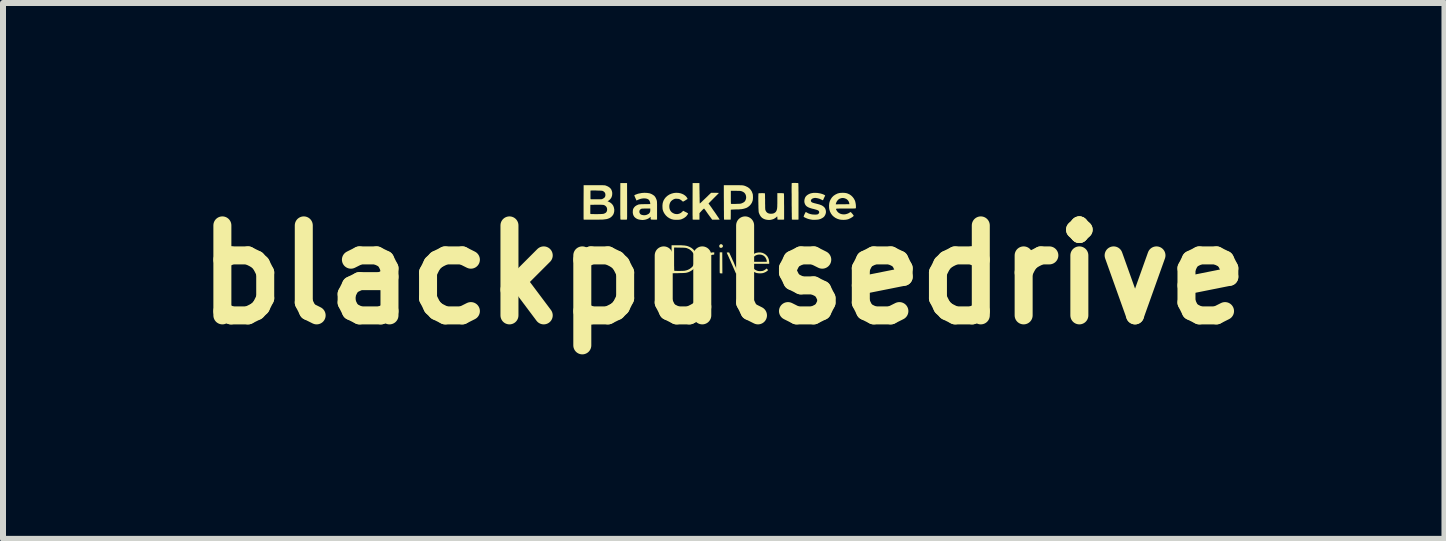
<source format=kicad_pcb>
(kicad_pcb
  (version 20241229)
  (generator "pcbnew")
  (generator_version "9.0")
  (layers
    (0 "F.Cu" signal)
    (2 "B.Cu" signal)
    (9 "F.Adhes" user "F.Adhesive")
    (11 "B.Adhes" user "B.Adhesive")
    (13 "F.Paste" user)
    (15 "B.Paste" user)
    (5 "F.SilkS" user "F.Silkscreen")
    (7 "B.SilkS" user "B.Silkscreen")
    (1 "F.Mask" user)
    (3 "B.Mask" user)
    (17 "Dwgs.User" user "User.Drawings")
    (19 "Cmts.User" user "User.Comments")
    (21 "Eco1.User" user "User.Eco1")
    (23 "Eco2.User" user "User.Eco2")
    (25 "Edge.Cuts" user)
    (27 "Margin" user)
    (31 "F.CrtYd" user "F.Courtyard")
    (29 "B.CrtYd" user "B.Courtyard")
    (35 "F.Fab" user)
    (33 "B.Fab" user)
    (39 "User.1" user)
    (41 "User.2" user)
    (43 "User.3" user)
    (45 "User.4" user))
  (footprint "blackpulsedrive"
    (layer "F.Cu")
    (at 9.014 1.529)
    (property "Reference" "blackpulsedrive" (at 0 0 0) (layer "F.SilkS") (effects (font (size 1.5 1.5) (thickness 0.3))))
    (attr board_only exclude_from_pos_files exclude_from_bom)
    (fp_poly (pts (xy -0.029 -0.504) (xy -0.019 -0.495) (xy -0.014 -0.485) (xy -0.013 -0.474) (xy -0.017 -0.463) (xy -0.024 -0.455) (xy -0.034 -0.449) (xy -0.047 -0.447) (xy -0.056 -0.449) (xy -0.066 -0.454) (xy -0.072 -0.462) (xy -0.074 -0.475) (xy -0.074 -0.477) (xy -0.073 -0.488) (xy -0.068 -0.496) (xy -0.064 -0.5) (xy -0.053 -0.508) (xy -0.042 -0.509)) (stroke (width 0) (type solid)) (fill yes) (layer "F.SilkS"))
    (fp_poly (pts (xy -0.023 -0.198) (xy -0.022 -0.022) (xy -0.043 -0.022) (xy -0.057 -0.023) (xy -0.064 -0.025) (xy -0.066 -0.026) (xy -0.066 -0.03) (xy -0.066 -0.04) (xy -0.067 -0.055) (xy -0.067 -0.074) (xy -0.067 -0.098) (xy -0.067 -0.125) (xy -0.067 -0.154) (xy -0.067 -0.186) (xy -0.067 -0.202) (xy -0.066 -0.373) (xy -0.045 -0.373) (xy -0.024 -0.373)) (stroke (width 0) (type solid)) (fill yes) (layer "F.SilkS"))
    (fp_poly (pts (xy -1.61 -1.226) (xy -1.61 -1.171) (xy -1.61 -1.123) (xy -1.61 -1.08) (xy -1.61 -1.043) (xy -1.61 -1.011) (xy -1.61 -0.984) (xy -1.61 -0.963) (xy -1.611 -0.946) (xy -1.611 -0.934) (xy -1.612 -0.926) (xy -1.612 -0.922) (xy -1.613 -0.921) (xy -1.616 -0.919) (xy -1.622 -0.918) (xy -1.632 -0.917) (xy -1.648 -0.917) (xy -1.667 -0.917) (xy -1.687 -0.917) (xy -1.702 -0.917) (xy -1.712 -0.918) (xy -1.718 -0.919) (xy -1.721 -0.921) (xy -1.722 -0.924) (xy -1.722 -0.931) (xy -1.723 -0.941) (xy -1.723 -0.957) (xy -1.723 -0.977) (xy -1.724 -1.001) (xy -1.724 -1.031) (xy -1.724 -1.067) (xy -1.724 -1.108) (xy -1.724 -1.154) (xy -1.724 -1.207) (xy -1.724 -1.226) (xy -1.723 -1.527) (xy -1.667 -1.527) (xy -1.611 -1.527)) (stroke (width 0) (type solid)) (fill yes) (layer "F.SilkS"))
    (fp_poly (pts (xy -0.158 -0.353) (xy -0.159 -0.335) (xy -0.181 -0.333) (xy -0.204 -0.328) (xy -0.224 -0.32) (xy -0.242 -0.308) (xy -0.252 -0.298) (xy -0.269 -0.276) (xy -0.281 -0.253) (xy -0.288 -0.226) (xy -0.288 -0.223) (xy -0.289 -0.213) (xy -0.29 -0.199) (xy -0.291 -0.18) (xy -0.291 -0.158) (xy -0.292 -0.135) (xy -0.292 -0.111) (xy -0.292 -0.022) (xy -0.311 -0.022) (xy -0.324 -0.023) (xy -0.331 -0.025) (xy -0.332 -0.026) (xy -0.332 -0.03) (xy -0.332 -0.04) (xy -0.333 -0.055) (xy -0.333 -0.074) (xy -0.333 -0.098) (xy -0.333 -0.125) (xy -0.333 -0.154) (xy -0.333 -0.186) (xy -0.333 -0.2) (xy -0.332 -0.37) (xy -0.314 -0.371) (xy -0.304 -0.371) (xy -0.296 -0.37) (xy -0.294 -0.369) (xy -0.292 -0.364) (xy -0.292 -0.355) (xy -0.291 -0.344) (xy -0.291 -0.343) (xy -0.291 -0.325) (xy -0.29 -0.314) (xy -0.287 -0.308) (xy -0.286 -0.308) (xy -0.282 -0.31) (xy -0.277 -0.316) (xy -0.274 -0.32) (xy -0.265 -0.331) (xy -0.251 -0.343) (xy -0.234 -0.354) (xy -0.217 -0.363) (xy -0.214 -0.365) (xy -0.198 -0.37) (xy -0.179 -0.372) (xy -0.178 -0.372) (xy -0.157 -0.372)) (stroke (width 0) (type solid)) (fill yes) (layer "F.SilkS"))
    (fp_poly (pts (xy 1.187 -1.529) (xy 1.205 -1.529) (xy 1.221 -1.528) (xy 1.233 -1.528) (xy 1.241 -1.527) (xy 1.243 -1.526) (xy 1.243 -1.525) (xy 1.244 -1.519) (xy 1.245 -1.511) (xy 1.245 -1.499) (xy 1.245 -1.483) (xy 1.246 -1.462) (xy 1.246 -1.437) (xy 1.246 -1.407) (xy 1.247 -1.371) (xy 1.247 -1.331) (xy 1.247 -1.284) (xy 1.247 -1.231) (xy 1.247 -1.226) (xy 1.247 -1.183) (xy 1.247 -1.141) (xy 1.247 -1.102) (xy 1.247 -1.065) (xy 1.247 -1.032) (xy 1.247 -1.002) (xy 1.247 -0.976) (xy 1.247 -0.955) (xy 1.247 -0.939) (xy 1.247 -0.928) (xy 1.247 -0.923) (xy 1.247 -0.922) (xy 1.247 -0.92) (xy 1.244 -0.919) (xy 1.24 -0.918) (xy 1.232 -0.917) (xy 1.22 -0.917) (xy 1.203 -0.917) (xy 1.193 -0.917) (xy 1.175 -0.917) (xy 1.159 -0.917) (xy 1.147 -0.918) (xy 1.139 -0.919) (xy 1.137 -0.92) (xy 1.136 -0.923) (xy 1.136 -0.933) (xy 1.136 -0.948) (xy 1.135 -0.967) (xy 1.135 -0.991) (xy 1.135 -1.019) (xy 1.134 -1.049) (xy 1.134 -1.082) (xy 1.134 -1.118) (xy 1.133 -1.155) (xy 1.133 -1.192) (xy 1.133 -1.231) (xy 1.133 -1.269) (xy 1.133 -1.306) (xy 1.133 -1.342) (xy 1.132 -1.377) (xy 1.132 -1.409) (xy 1.132 -1.438) (xy 1.132 -1.464) (xy 1.133 -1.486) (xy 1.133 -1.503) (xy 1.133 -1.516) (xy 1.133 -1.522) (xy 1.133 -1.524) (xy 1.135 -1.526) (xy 1.138 -1.527) (xy 1.143 -1.528) (xy 1.153 -1.529) (xy 1.166 -1.529) (xy 1.185 -1.529)) (stroke (width 0) (type solid)) (fill yes) (layer "F.SilkS"))
    (fp_poly (pts (xy 0.394 -0.364) (xy 0.391 -0.356) (xy 0.387 -0.346) (xy 0.383 -0.338) (xy 0.377 -0.325) (xy 0.37 -0.31) (xy 0.367 -0.302) (xy 0.362 -0.292) (xy 0.355 -0.278) (xy 0.348 -0.261) (xy 0.341 -0.247) (xy 0.328 -0.219) (xy 0.313 -0.188) (xy 0.298 -0.154) (xy 0.283 -0.12) (xy 0.269 -0.087) (xy 0.261 -0.069) (xy 0.258 -0.061) (xy 0.253 -0.049) (xy 0.249 -0.041) (xy 0.24 -0.022) (xy 0.222 -0.022) (xy 0.203 -0.022) (xy 0.176 -0.084) (xy 0.167 -0.105) (xy 0.158 -0.125) (xy 0.15 -0.144) (xy 0.143 -0.16) (xy 0.138 -0.172) (xy 0.137 -0.172) (xy 0.132 -0.184) (xy 0.128 -0.193) (xy 0.125 -0.199) (xy 0.125 -0.2) (xy 0.125 -0.202) (xy 0.123 -0.205) (xy 0.12 -0.212) (xy 0.116 -0.222) (xy 0.109 -0.236) (xy 0.101 -0.256) (xy 0.101 -0.256) (xy 0.095 -0.267) (xy 0.089 -0.282) (xy 0.082 -0.298) (xy 0.08 -0.301) (xy 0.074 -0.316) (xy 0.067 -0.331) (xy 0.061 -0.343) (xy 0.06 -0.346) (xy 0.054 -0.358) (xy 0.052 -0.366) (xy 0.053 -0.37) (xy 0.059 -0.371) (xy 0.07 -0.371) (xy 0.071 -0.371) (xy 0.091 -0.37) (xy 0.106 -0.337) (xy 0.114 -0.32) (xy 0.122 -0.302) (xy 0.129 -0.287) (xy 0.133 -0.279) (xy 0.141 -0.26) (xy 0.149 -0.242) (xy 0.158 -0.224) (xy 0.167 -0.204) (xy 0.177 -0.18) (xy 0.188 -0.153) (xy 0.196 -0.136) (xy 0.203 -0.119) (xy 0.21 -0.103) (xy 0.215 -0.091) (xy 0.219 -0.083) (xy 0.221 -0.079) (xy 0.222 -0.079) (xy 0.224 -0.08) (xy 0.226 -0.084) (xy 0.23 -0.091) (xy 0.235 -0.1) (xy 0.241 -0.114) (xy 0.249 -0.132) (xy 0.259 -0.155) (xy 0.272 -0.183) (xy 0.273 -0.186) (xy 0.278 -0.197) (xy 0.283 -0.207) (xy 0.284 -0.21) (xy 0.286 -0.216) (xy 0.291 -0.226) (xy 0.297 -0.241) (xy 0.305 -0.258) (xy 0.313 -0.278) (xy 0.319 -0.29) (xy 0.328 -0.31) (xy 0.335 -0.328) (xy 0.342 -0.344) (xy 0.348 -0.356) (xy 0.351 -0.363) (xy 0.352 -0.365) (xy 0.357 -0.369) (xy 0.366 -0.37) (xy 0.376 -0.371) (xy 0.397 -0.372)) (stroke (width 0) (type solid)) (fill yes) (layer "F.SilkS"))
    (fp_poly (pts (xy -0.759 -1.364) (xy -0.725 -1.358) (xy -0.694 -1.348) (xy -0.665 -1.334) (xy -0.64 -1.316) (xy -0.619 -1.294) (xy -0.612 -1.283) (xy -0.606 -1.273) (xy -0.603 -1.265) (xy -0.603 -1.261) (xy -0.605 -1.26) (xy -0.609 -1.258) (xy -0.617 -1.254) (xy -0.627 -1.247) (xy -0.638 -1.24) (xy -0.651 -1.232) (xy -0.662 -1.226) (xy -0.671 -1.221) (xy -0.675 -1.219) (xy -0.681 -1.22) (xy -0.688 -1.224) (xy -0.696 -1.232) (xy -0.707 -1.241) (xy -0.721 -1.25) (xy -0.729 -1.255) (xy -0.74 -1.26) (xy -0.749 -1.263) (xy -0.759 -1.264) (xy -0.773 -1.265) (xy -0.781 -1.266) (xy -0.796 -1.266) (xy -0.807 -1.266) (xy -0.816 -1.264) (xy -0.824 -1.261) (xy -0.83 -1.259) (xy -0.856 -1.244) (xy -0.877 -1.226) (xy -0.892 -1.204) (xy -0.902 -1.178) (xy -0.907 -1.15) (xy -0.907 -1.14) (xy -0.905 -1.11) (xy -0.897 -1.083) (xy -0.885 -1.061) (xy -0.868 -1.042) (xy -0.846 -1.027) (xy -0.818 -1.015) (xy -0.815 -1.014) (xy -0.789 -1.01) (xy -0.763 -1.011) (xy -0.738 -1.018) (xy -0.714 -1.03) (xy -0.693 -1.047) (xy -0.693 -1.048) (xy -0.675 -1.065) (xy -0.636 -1.045) (xy -0.621 -1.038) (xy -0.609 -1.031) (xy -0.599 -1.025) (xy -0.595 -1.021) (xy -0.594 -1.021) (xy -0.595 -1.016) (xy -0.599 -1.007) (xy -0.607 -0.996) (xy -0.615 -0.985) (xy -0.625 -0.973) (xy -0.635 -0.964) (xy -0.635 -0.964) (xy -0.662 -0.944) (xy -0.695 -0.928) (xy -0.708 -0.923) (xy -0.719 -0.92) (xy -0.73 -0.918) (xy -0.744 -0.916) (xy -0.761 -0.915) (xy -0.774 -0.915) (xy -0.792 -0.915) (xy -0.809 -0.915) (xy -0.824 -0.916) (xy -0.834 -0.917) (xy -0.836 -0.917) (xy -0.872 -0.926) (xy -0.905 -0.941) (xy -0.936 -0.961) (xy -0.963 -0.986) (xy -0.985 -1.014) (xy -1.003 -1.045) (xy -1.016 -1.08) (xy -1.016 -1.083) (xy -1.019 -1.097) (xy -1.02 -1.115) (xy -1.021 -1.135) (xy -1.021 -1.156) (xy -1.019 -1.175) (xy -1.017 -1.191) (xy -1.016 -1.196) (xy -1.005 -1.231) (xy -0.987 -1.263) (xy -0.965 -1.291) (xy -0.938 -1.315) (xy -0.906 -1.336) (xy -0.87 -1.351) (xy -0.864 -1.353) (xy -0.829 -1.362) (xy -0.794 -1.365)) (stroke (width 0) (type solid)) (fill yes) (layer "F.SilkS"))
    (fp_poly (pts (xy -0.773 -0.49) (xy -0.737 -0.49) (xy -0.706 -0.49) (xy -0.68 -0.488) (xy -0.657 -0.487) (xy -0.638 -0.484) (xy -0.62 -0.481) (xy -0.604 -0.477) (xy -0.589 -0.471) (xy -0.577 -0.467) (xy -0.544 -0.45) (xy -0.515 -0.428) (xy -0.49 -0.402) (xy -0.469 -0.373) (xy -0.453 -0.34) (xy -0.443 -0.305) (xy -0.438 -0.269) (xy -0.439 -0.231) (xy -0.439 -0.228) (xy -0.447 -0.19) (xy -0.46 -0.155) (xy -0.478 -0.124) (xy -0.501 -0.097) (xy -0.53 -0.073) (xy -0.563 -0.053) (xy -0.582 -0.045) (xy -0.586 -0.043) (xy -0.592 -0.041) (xy -0.602 -0.038) (xy -0.615 -0.035) (xy -0.625 -0.032) (xy -0.631 -0.031) (xy -0.642 -0.03) (xy -0.657 -0.029) (xy -0.676 -0.028) (xy -0.697 -0.027) (xy -0.721 -0.027) (xy -0.745 -0.026) (xy -0.769 -0.025) (xy -0.793 -0.025) (xy -0.814 -0.025) (xy -0.833 -0.024) (xy -0.849 -0.024) (xy -0.86 -0.025) (xy -0.867 -0.025) (xy -0.867 -0.025) (xy -0.868 -0.029) (xy -0.868 -0.038) (xy -0.868 -0.053) (xy -0.868 -0.072) (xy -0.868 -0.096) (xy -0.868 -0.124) (xy -0.869 -0.155) (xy -0.869 -0.189) (xy -0.869 -0.225) (xy -0.869 -0.259) (xy -0.869 -0.261) (xy -0.827 -0.261) (xy -0.827 -0.22) (xy -0.827 -0.184) (xy -0.827 -0.152) (xy -0.826 -0.124) (xy -0.826 -0.101) (xy -0.825 -0.084) (xy -0.825 -0.072) (xy -0.824 -0.066) (xy -0.824 -0.066) (xy -0.82 -0.065) (xy -0.811 -0.064) (xy -0.797 -0.064) (xy -0.78 -0.063) (xy -0.761 -0.063) (xy -0.74 -0.063) (xy -0.719 -0.063) (xy -0.699 -0.064) (xy -0.681 -0.064) (xy -0.666 -0.065) (xy -0.658 -0.065) (xy -0.627 -0.071) (xy -0.597 -0.081) (xy -0.569 -0.095) (xy -0.544 -0.113) (xy -0.522 -0.133) (xy -0.506 -0.156) (xy -0.504 -0.159) (xy -0.491 -0.19) (xy -0.483 -0.222) (xy -0.481 -0.256) (xy -0.483 -0.289) (xy -0.491 -0.321) (xy -0.503 -0.349) (xy -0.522 -0.379) (xy -0.545 -0.403) (xy -0.571 -0.423) (xy -0.588 -0.431) (xy -0.599 -0.436) (xy -0.609 -0.44) (xy -0.619 -0.444) (xy -0.629 -0.446) (xy -0.642 -0.448) (xy -0.656 -0.449) (xy -0.674 -0.45) (xy -0.696 -0.45) (xy -0.724 -0.451) (xy -0.733 -0.451) (xy -0.827 -0.453) (xy -0.827 -0.261) (xy -0.869 -0.261) (xy -0.869 -0.49)) (stroke (width 0) (type solid)) (fill yes) (layer "F.SilkS"))
    (fp_poly (pts (xy -0.404 -1.42) (xy -0.403 -1.391) (xy -0.403 -1.36) (xy -0.402 -1.329) (xy -0.402 -1.301) (xy -0.401 -1.275) (xy -0.401 -1.254) (xy -0.401 -1.249) (xy -0.401 -1.227) (xy -0.4 -1.209) (xy -0.4 -1.196) (xy -0.399 -1.189) (xy -0.398 -1.187) (xy -0.395 -1.189) (xy -0.388 -1.195) (xy -0.377 -1.205) (xy -0.364 -1.217) (xy -0.349 -1.232) (xy -0.332 -1.248) (xy -0.33 -1.25) (xy -0.311 -1.268) (xy -0.292 -1.286) (xy -0.274 -1.303) (xy -0.259 -1.318) (xy -0.246 -1.331) (xy -0.237 -1.339) (xy -0.21 -1.365) (xy -0.145 -1.365) (xy -0.125 -1.365) (xy -0.108 -1.364) (xy -0.094 -1.364) (xy -0.085 -1.363) (xy -0.08 -1.363) (xy -0.08 -1.363) (xy -0.082 -1.36) (xy -0.089 -1.353) (xy -0.098 -1.343) (xy -0.111 -1.33) (xy -0.127 -1.314) (xy -0.144 -1.297) (xy -0.163 -1.278) (xy -0.167 -1.274) (xy -0.253 -1.187) (xy -0.243 -1.173) (xy -0.235 -1.163) (xy -0.226 -1.15) (xy -0.214 -1.133) (xy -0.2 -1.114) (xy -0.186 -1.093) (xy -0.17 -1.07) (xy -0.154 -1.048) (xy -0.138 -1.025) (xy -0.123 -1.003) (xy -0.109 -0.982) (xy -0.096 -0.963) (xy -0.085 -0.947) (xy -0.077 -0.934) (xy -0.071 -0.925) (xy -0.068 -0.921) (xy -0.068 -0.921) (xy -0.069 -0.919) (xy -0.073 -0.918) (xy -0.081 -0.918) (xy -0.094 -0.917) (xy -0.112 -0.917) (xy -0.129 -0.917) (xy -0.192 -0.917) (xy -0.218 -0.953) (xy -0.229 -0.967) (xy -0.238 -0.98) (xy -0.247 -0.992) (xy -0.252 -0.999) (xy -0.253 -1) (xy -0.258 -1.007) (xy -0.265 -1.017) (xy -0.275 -1.031) (xy -0.285 -1.046) (xy -0.293 -1.057) (xy -0.303 -1.072) (xy -0.313 -1.085) (xy -0.321 -1.095) (xy -0.326 -1.101) (xy -0.328 -1.103) (xy -0.332 -1.1) (xy -0.338 -1.094) (xy -0.348 -1.086) (xy -0.359 -1.075) (xy -0.37 -1.063) (xy -0.381 -1.051) (xy -0.391 -1.04) (xy -0.395 -1.036) (xy -0.404 -1.025) (xy -0.404 -0.971) (xy -0.404 -0.917) (xy -0.46 -0.917) (xy -0.482 -0.917) (xy -0.498 -0.917) (xy -0.509 -0.918) (xy -0.515 -0.919) (xy -0.518 -0.921) (xy -0.518 -0.921) (xy -0.518 -0.924) (xy -0.518 -0.934) (xy -0.518 -0.949) (xy -0.518 -0.97) (xy -0.519 -0.994) (xy -0.519 -1.023) (xy -0.519 -1.056) (xy -0.519 -1.092) (xy -0.519 -1.131) (xy -0.519 -1.172) (xy -0.519 -1.215) (xy -0.519 -1.226) (xy -0.518 -1.527) (xy -0.462 -1.527) (xy -0.405 -1.527)) (stroke (width 0) (type solid)) (fill yes) (layer "F.SilkS"))
    (fp_poly (pts (xy 0.969 -1.359) (xy 0.986 -1.358) (xy 0.996 -1.357) (xy 1.002 -1.356) (xy 1.003 -1.355) (xy 1.003 -1.353) (xy 1.004 -1.347) (xy 1.005 -1.338) (xy 1.005 -1.325) (xy 1.006 -1.307) (xy 1.006 -1.285) (xy 1.006 -1.258) (xy 1.006 -1.226) (xy 1.006 -1.188) (xy 1.007 -1.143) (xy 1.007 -1.136) (xy 1.007 -0.92) (xy 0.999 -0.918) (xy 0.994 -0.918) (xy 0.983 -0.917) (xy 0.968 -0.917) (xy 0.952 -0.917) (xy 0.944 -0.917) (xy 0.896 -0.918) (xy 0.895 -0.945) (xy 0.894 -0.957) (xy 0.893 -0.966) (xy 0.892 -0.971) (xy 0.892 -0.971) (xy 0.888 -0.969) (xy 0.882 -0.964) (xy 0.877 -0.958) (xy 0.856 -0.942) (xy 0.831 -0.928) (xy 0.804 -0.919) (xy 0.774 -0.913) (xy 0.743 -0.913) (xy 0.721 -0.915) (xy 0.689 -0.922) (xy 0.661 -0.934) (xy 0.638 -0.949) (xy 0.618 -0.97) (xy 0.602 -0.995) (xy 0.589 -1.025) (xy 0.584 -1.04) (xy 0.583 -1.047) (xy 0.582 -1.06) (xy 0.581 -1.076) (xy 0.58 -1.097) (xy 0.579 -1.12) (xy 0.579 -1.146) (xy 0.578 -1.173) (xy 0.578 -1.2) (xy 0.577 -1.228) (xy 0.577 -1.255) (xy 0.577 -1.28) (xy 0.577 -1.303) (xy 0.578 -1.323) (xy 0.578 -1.339) (xy 0.579 -1.35) (xy 0.58 -1.356) (xy 0.581 -1.356) (xy 0.585 -1.357) (xy 0.595 -1.358) (xy 0.609 -1.358) (xy 0.625 -1.359) (xy 0.635 -1.359) (xy 0.654 -1.359) (xy 0.668 -1.358) (xy 0.677 -1.358) (xy 0.683 -1.357) (xy 0.686 -1.356) (xy 0.687 -1.353) (xy 0.688 -1.352) (xy 0.688 -1.347) (xy 0.688 -1.337) (xy 0.689 -1.321) (xy 0.689 -1.302) (xy 0.689 -1.279) (xy 0.69 -1.253) (xy 0.69 -1.225) (xy 0.69 -1.216) (xy 0.69 -1.184) (xy 0.691 -1.158) (xy 0.691 -1.137) (xy 0.691 -1.12) (xy 0.692 -1.107) (xy 0.692 -1.096) (xy 0.693 -1.089) (xy 0.694 -1.083) (xy 0.695 -1.078) (xy 0.697 -1.073) (xy 0.698 -1.07) (xy 0.709 -1.05) (xy 0.724 -1.034) (xy 0.744 -1.023) (xy 0.767 -1.017) (xy 0.787 -1.016) (xy 0.808 -1.017) (xy 0.825 -1.02) (xy 0.84 -1.026) (xy 0.854 -1.034) (xy 0.855 -1.035) (xy 0.869 -1.048) (xy 0.879 -1.064) (xy 0.886 -1.085) (xy 0.891 -1.11) (xy 0.891 -1.115) (xy 0.892 -1.126) (xy 0.893 -1.142) (xy 0.893 -1.163) (xy 0.894 -1.186) (xy 0.894 -1.212) (xy 0.894 -1.24) (xy 0.894 -1.253) (xy 0.894 -1.359) (xy 0.947 -1.359)) (stroke (width 0) (type solid)) (fill yes) (layer "F.SilkS"))
    (fp_poly (pts (xy 2.014 -1.364) (xy 2.042 -1.36) (xy 2.063 -1.354) (xy 2.095 -1.34) (xy 2.124 -1.32) (xy 2.149 -1.296) (xy 2.17 -1.268) (xy 2.187 -1.236) (xy 2.192 -1.221) (xy 2.195 -1.209) (xy 2.198 -1.194) (xy 2.201 -1.177) (xy 2.203 -1.16) (xy 2.204 -1.143) (xy 2.204 -1.128) (xy 2.204 -1.116) (xy 2.203 -1.109) (xy 2.202 -1.108) (xy 2.201 -1.106) (xy 2.198 -1.106) (xy 2.193 -1.105) (xy 2.185 -1.104) (xy 2.175 -1.104) (xy 2.161 -1.103) (xy 2.144 -1.103) (xy 2.121 -1.103) (xy 2.094 -1.103) (xy 2.061 -1.103) (xy 2.035 -1.103) (xy 1.998 -1.103) (xy 1.966 -1.103) (xy 1.94 -1.103) (xy 1.919 -1.102) (xy 1.902 -1.102) (xy 1.89 -1.101) (xy 1.881 -1.1) (xy 1.876 -1.098) (xy 1.873 -1.095) (xy 1.872 -1.092) (xy 1.873 -1.088) (xy 1.876 -1.083) (xy 1.879 -1.077) (xy 1.882 -1.071) (xy 1.896 -1.05) (xy 1.915 -1.032) (xy 1.939 -1.018) (xy 1.967 -1.009) (xy 1.979 -1.007) (xy 2.005 -1.005) (xy 2.033 -1.008) (xy 2.061 -1.016) (xy 2.086 -1.027) (xy 2.102 -1.038) (xy 2.11 -1.042) (xy 2.116 -1.044) (xy 2.117 -1.044) (xy 2.121 -1.041) (xy 2.128 -1.034) (xy 2.136 -1.024) (xy 2.146 -1.013) (xy 2.154 -1.003) (xy 2.161 -0.993) (xy 2.166 -0.986) (xy 2.167 -0.983) (xy 2.164 -0.978) (xy 2.157 -0.97) (xy 2.145 -0.961) (xy 2.131 -0.952) (xy 2.116 -0.943) (xy 2.099 -0.935) (xy 2.084 -0.928) (xy 2.077 -0.925) (xy 2.053 -0.919) (xy 2.025 -0.915) (xy 1.996 -0.914) (xy 1.967 -0.915) (xy 1.941 -0.918) (xy 1.935 -0.919) (xy 1.898 -0.93) (xy 1.864 -0.946) (xy 1.834 -0.967) (xy 1.809 -0.991) (xy 1.788 -1.02) (xy 1.772 -1.052) (xy 1.761 -1.088) (xy 1.757 -1.115) (xy 1.756 -1.156) (xy 1.758 -1.173) (xy 1.868 -1.173) (xy 1.981 -1.174) (xy 2.095 -1.175) (xy 2.094 -1.187) (xy 2.089 -1.207) (xy 2.08 -1.227) (xy 2.066 -1.245) (xy 2.049 -1.259) (xy 2.039 -1.265) (xy 2.012 -1.275) (xy 1.986 -1.279) (xy 1.96 -1.276) (xy 1.933 -1.267) (xy 1.929 -1.265) (xy 1.914 -1.255) (xy 1.899 -1.24) (xy 1.886 -1.222) (xy 1.876 -1.202) (xy 1.87 -1.184) (xy 1.868 -1.173) (xy 1.758 -1.173) (xy 1.76 -1.194) (xy 1.77 -1.229) (xy 1.786 -1.261) (xy 1.806 -1.29) (xy 1.831 -1.315) (xy 1.861 -1.335) (xy 1.895 -1.352) (xy 1.902 -1.354) (xy 1.927 -1.361) (xy 1.954 -1.364) (xy 1.984 -1.365)) (stroke (width 0) (type solid)) (fill yes) (layer "F.SilkS"))
    (fp_poly (pts (xy 0.193 -1.492) (xy 0.225 -1.492) (xy 0.251 -1.492) (xy 0.273 -1.491) (xy 0.291 -1.491) (xy 0.306 -1.49) (xy 0.319 -1.489) (xy 0.329 -1.487) (xy 0.339 -1.485) (xy 0.348 -1.482) (xy 0.356 -1.479) (xy 0.366 -1.476) (xy 0.369 -1.474) (xy 0.402 -1.458) (xy 0.429 -1.438) (xy 0.451 -1.413) (xy 0.469 -1.385) (xy 0.481 -1.352) (xy 0.483 -1.348) (xy 0.486 -1.332) (xy 0.487 -1.312) (xy 0.488 -1.289) (xy 0.487 -1.268) (xy 0.485 -1.248) (xy 0.483 -1.236) (xy 0.471 -1.203) (xy 0.454 -1.175) (xy 0.432 -1.15) (xy 0.406 -1.129) (xy 0.375 -1.112) (xy 0.34 -1.101) (xy 0.337 -1.1) (xy 0.322 -1.097) (xy 0.308 -1.094) (xy 0.294 -1.092) (xy 0.277 -1.091) (xy 0.258 -1.089) (xy 0.235 -1.088) (xy 0.207 -1.088) (xy 0.201 -1.088) (xy 0.173 -1.087) (xy 0.151 -1.086) (xy 0.135 -1.085) (xy 0.124 -1.084) (xy 0.119 -1.083) (xy 0.119 -1.082) (xy 0.118 -1.078) (xy 0.118 -1.069) (xy 0.118 -1.054) (xy 0.118 -1.037) (xy 0.118 -1.016) (xy 0.118 -0.998) (xy 0.117 -0.918) (xy 0.062 -0.917) (xy 0.044 -0.917) (xy 0.028 -0.917) (xy 0.016 -0.918) (xy 0.008 -0.918) (xy 0.005 -0.919) (xy 0.005 -0.923) (xy 0.005 -0.932) (xy 0.005 -0.947) (xy 0.004 -0.967) (xy 0.004 -0.992) (xy 0.004 -1.02) (xy 0.004 -1.052) (xy 0.003 -1.088) (xy 0.003 -1.126) (xy 0.003 -1.167) (xy 0.003 -1.207) (xy 0.002 -1.291) (xy 0.119 -1.291) (xy 0.119 -1.265) (xy 0.119 -1.242) (xy 0.119 -1.221) (xy 0.12 -1.204) (xy 0.12 -1.191) (xy 0.121 -1.183) (xy 0.121 -1.181) (xy 0.125 -1.181) (xy 0.134 -1.18) (xy 0.148 -1.18) (xy 0.165 -1.18) (xy 0.186 -1.18) (xy 0.2 -1.18) (xy 0.225 -1.181) (xy 0.245 -1.182) (xy 0.26 -1.182) (xy 0.271 -1.183) (xy 0.28 -1.184) (xy 0.288 -1.186) (xy 0.295 -1.188) (xy 0.298 -1.189) (xy 0.316 -1.197) (xy 0.333 -1.206) (xy 0.347 -1.217) (xy 0.35 -1.22) (xy 0.361 -1.236) (xy 0.369 -1.256) (xy 0.374 -1.277) (xy 0.374 -1.297) (xy 0.374 -1.298) (xy 0.369 -1.325) (xy 0.359 -1.347) (xy 0.345 -1.365) (xy 0.326 -1.379) (xy 0.302 -1.39) (xy 0.298 -1.391) (xy 0.291 -1.393) (xy 0.284 -1.395) (xy 0.276 -1.396) (xy 0.266 -1.397) (xy 0.253 -1.397) (xy 0.236 -1.397) (xy 0.214 -1.398) (xy 0.198 -1.398) (xy 0.119 -1.398) (xy 0.119 -1.291) (xy 0.002 -1.291) (xy 0.002 -1.492) (xy 0.155 -1.492)) (stroke (width 0) (type solid)) (fill yes) (layer "F.SilkS"))
    (fp_poly (pts (xy 0.615 -0.37) (xy 0.645 -0.364) (xy 0.673 -0.352) (xy 0.699 -0.335) (xy 0.71 -0.325) (xy 0.729 -0.303) (xy 0.742 -0.28) (xy 0.752 -0.253) (xy 0.757 -0.222) (xy 0.758 -0.213) (xy 0.759 -0.199) (xy 0.759 -0.19) (xy 0.758 -0.185) (xy 0.756 -0.182) (xy 0.752 -0.182) (xy 0.742 -0.181) (xy 0.728 -0.181) (xy 0.709 -0.181) (xy 0.686 -0.181) (xy 0.661 -0.181) (xy 0.634 -0.182) (xy 0.634 -0.182) (xy 0.606 -0.182) (xy 0.579 -0.182) (xy 0.554 -0.182) (xy 0.532 -0.182) (xy 0.514 -0.182) (xy 0.5 -0.182) (xy 0.492 -0.181) (xy 0.48 -0.18) (xy 0.473 -0.179) (xy 0.469 -0.177) (xy 0.468 -0.173) (xy 0.468 -0.17) (xy 0.47 -0.157) (xy 0.476 -0.142) (xy 0.484 -0.125) (xy 0.494 -0.109) (xy 0.501 -0.101) (xy 0.514 -0.089) (xy 0.531 -0.078) (xy 0.551 -0.069) (xy 0.571 -0.062) (xy 0.579 -0.061) (xy 0.6 -0.059) (xy 0.625 -0.06) (xy 0.648 -0.063) (xy 0.663 -0.068) (xy 0.675 -0.074) (xy 0.688 -0.082) (xy 0.698 -0.089) (xy 0.715 -0.103) (xy 0.726 -0.093) (xy 0.733 -0.085) (xy 0.737 -0.078) (xy 0.737 -0.076) (xy 0.734 -0.07) (xy 0.727 -0.063) (xy 0.715 -0.055) (xy 0.701 -0.046) (xy 0.685 -0.038) (xy 0.669 -0.032) (xy 0.656 -0.027) (xy 0.642 -0.025) (xy 0.625 -0.023) (xy 0.605 -0.023) (xy 0.585 -0.023) (xy 0.568 -0.025) (xy 0.554 -0.027) (xy 0.551 -0.027) (xy 0.52 -0.039) (xy 0.492 -0.056) (xy 0.468 -0.078) (xy 0.449 -0.104) (xy 0.435 -0.134) (xy 0.431 -0.146) (xy 0.428 -0.162) (xy 0.426 -0.182) (xy 0.425 -0.203) (xy 0.426 -0.223) (xy 0.426 -0.224) (xy 0.466 -0.224) (xy 0.467 -0.218) (xy 0.467 -0.217) (xy 0.471 -0.216) (xy 0.48 -0.216) (xy 0.494 -0.216) (xy 0.513 -0.215) (xy 0.535 -0.215) (xy 0.56 -0.215) (xy 0.587 -0.215) (xy 0.594 -0.215) (xy 0.718 -0.215) (xy 0.718 -0.224) (xy 0.717 -0.235) (xy 0.713 -0.249) (xy 0.707 -0.265) (xy 0.7 -0.279) (xy 0.695 -0.287) (xy 0.679 -0.306) (xy 0.66 -0.32) (xy 0.637 -0.33) (xy 0.619 -0.334) (xy 0.59 -0.336) (xy 0.563 -0.332) (xy 0.537 -0.323) (xy 0.514 -0.309) (xy 0.495 -0.29) (xy 0.48 -0.267) (xy 0.478 -0.262) (xy 0.472 -0.248) (xy 0.468 -0.235) (xy 0.466 -0.224) (xy 0.426 -0.224) (xy 0.428 -0.24) (xy 0.429 -0.245) (xy 0.441 -0.277) (xy 0.458 -0.305) (xy 0.479 -0.328) (xy 0.505 -0.347) (xy 0.534 -0.361) (xy 0.551 -0.366) (xy 0.583 -0.371)) (stroke (width 0) (type solid)) (fill yes) (layer "F.SilkS"))
    (fp_poly (pts (xy 1.556 -1.363) (xy 1.559 -1.363) (xy 1.59 -1.358) (xy 1.619 -1.352) (xy 1.645 -1.344) (xy 1.668 -1.335) (xy 1.684 -1.326) (xy 1.692 -1.32) (xy 1.682 -1.299) (xy 1.675 -1.285) (xy 1.668 -1.27) (xy 1.664 -1.259) (xy 1.659 -1.249) (xy 1.655 -1.243) (xy 1.652 -1.241) (xy 1.648 -1.242) (xy 1.64 -1.246) (xy 1.629 -1.251) (xy 1.625 -1.253) (xy 1.596 -1.266) (xy 1.566 -1.274) (xy 1.538 -1.279) (xy 1.513 -1.279) (xy 1.496 -1.275) (xy 1.479 -1.269) (xy 1.466 -1.259) (xy 1.457 -1.248) (xy 1.453 -1.237) (xy 1.454 -1.225) (xy 1.461 -1.214) (xy 1.463 -1.212) (xy 1.468 -1.208) (xy 1.475 -1.204) (xy 1.484 -1.2) (xy 1.497 -1.196) (xy 1.514 -1.191) (xy 1.536 -1.186) (xy 1.546 -1.183) (xy 1.574 -1.176) (xy 1.596 -1.17) (xy 1.615 -1.163) (xy 1.631 -1.157) (xy 1.645 -1.149) (xy 1.656 -1.142) (xy 1.675 -1.126) (xy 1.69 -1.106) (xy 1.699 -1.084) (xy 1.704 -1.06) (xy 1.704 -1.035) (xy 1.698 -1.01) (xy 1.687 -0.987) (xy 1.675 -0.969) (xy 1.659 -0.954) (xy 1.638 -0.941) (xy 1.613 -0.929) (xy 1.586 -0.921) (xy 1.583 -0.92) (xy 1.573 -0.919) (xy 1.558 -0.917) (xy 1.54 -0.916) (xy 1.522 -0.915) (xy 1.504 -0.915) (xy 1.49 -0.915) (xy 1.483 -0.915) (xy 1.456 -0.919) (xy 1.427 -0.925) (xy 1.409 -0.93) (xy 1.396 -0.934) (xy 1.382 -0.94) (xy 1.367 -0.946) (xy 1.354 -0.953) (xy 1.343 -0.958) (xy 1.335 -0.963) (xy 1.333 -0.966) (xy 1.333 -0.97) (xy 1.336 -0.979) (xy 1.34 -0.991) (xy 1.346 -1.004) (xy 1.352 -1.017) (xy 1.358 -1.029) (xy 1.363 -1.038) (xy 1.367 -1.044) (xy 1.368 -1.045) (xy 1.373 -1.043) (xy 1.381 -1.039) (xy 1.384 -1.037) (xy 1.413 -1.021) (xy 1.444 -1.011) (xy 1.476 -1.004) (xy 1.513 -1.002) (xy 1.516 -1.002) (xy 1.539 -1.002) (xy 1.556 -1.004) (xy 1.568 -1.007) (xy 1.577 -1.013) (xy 1.584 -1.02) (xy 1.588 -1.027) (xy 1.592 -1.036) (xy 1.592 -1.043) (xy 1.59 -1.051) (xy 1.587 -1.058) (xy 1.583 -1.064) (xy 1.577 -1.069) (xy 1.568 -1.074) (xy 1.556 -1.079) (xy 1.54 -1.084) (xy 1.519 -1.09) (xy 1.493 -1.097) (xy 1.481 -1.099) (xy 1.447 -1.109) (xy 1.419 -1.119) (xy 1.396 -1.131) (xy 1.378 -1.144) (xy 1.364 -1.16) (xy 1.354 -1.178) (xy 1.347 -1.2) (xy 1.346 -1.204) (xy 1.344 -1.225) (xy 1.346 -1.248) (xy 1.352 -1.271) (xy 1.357 -1.285) (xy 1.368 -1.303) (xy 1.385 -1.321) (xy 1.406 -1.336) (xy 1.43 -1.348) (xy 1.449 -1.355) (xy 1.472 -1.36) (xy 1.499 -1.364) (xy 1.528 -1.364)) (stroke (width 0) (type solid)) (fill yes) (layer "F.SilkS"))
    (fp_poly (pts (xy -1.277 -1.363) (xy -1.237 -1.357) (xy -1.232 -1.355) (xy -1.214 -1.349) (xy -1.195 -1.34) (xy -1.176 -1.328) (xy -1.16 -1.317) (xy -1.156 -1.313) (xy -1.142 -1.296) (xy -1.13 -1.274) (xy -1.12 -1.25) (xy -1.115 -1.234) (xy -1.114 -1.228) (xy -1.113 -1.22) (xy -1.112 -1.209) (xy -1.112 -1.194) (xy -1.111 -1.175) (xy -1.111 -1.152) (xy -1.111 -1.124) (xy -1.111 -1.09) (xy -1.111 -1.067) (xy -1.111 -0.918) (xy -1.156 -0.917) (xy -1.173 -0.917) (xy -1.188 -0.918) (xy -1.201 -0.918) (xy -1.208 -0.919) (xy -1.21 -0.92) (xy -1.214 -0.922) (xy -1.217 -0.925) (xy -1.218 -0.932) (xy -1.218 -0.942) (xy -1.218 -0.944) (xy -1.218 -0.955) (xy -1.219 -0.962) (xy -1.22 -0.965) (xy -1.223 -0.963) (xy -1.228 -0.957) (xy -1.229 -0.957) (xy -1.242 -0.945) (xy -1.261 -0.934) (xy -1.282 -0.925) (xy -1.305 -0.918) (xy -1.322 -0.915) (xy -1.338 -0.913) (xy -1.349 -0.912) (xy -1.359 -0.912) (xy -1.368 -0.913) (xy -1.379 -0.914) (xy -1.381 -0.914) (xy -1.416 -0.92) (xy -1.445 -0.93) (xy -1.469 -0.945) (xy -1.489 -0.963) (xy -1.503 -0.985) (xy -1.512 -1.01) (xy -1.516 -1.039) (xy -1.515 -1.056) (xy -1.406 -1.056) (xy -1.405 -1.039) (xy -1.402 -1.029) (xy -1.394 -1.016) (xy -1.386 -1.007) (xy -1.373 -1) (xy -1.365 -0.997) (xy -1.341 -0.992) (xy -1.316 -0.991) (xy -1.299 -0.994) (xy -1.281 -0.999) (xy -1.265 -1.007) (xy -1.25 -1.015) (xy -1.243 -1.022) (xy -1.234 -1.033) (xy -1.228 -1.045) (xy -1.225 -1.059) (xy -1.224 -1.077) (xy -1.224 -1.103) (xy -1.294 -1.103) (xy -1.317 -1.103) (xy -1.335 -1.102) (xy -1.348 -1.102) (xy -1.358 -1.101) (xy -1.365 -1.1) (xy -1.371 -1.099) (xy -1.376 -1.097) (xy -1.378 -1.096) (xy -1.392 -1.086) (xy -1.402 -1.072) (xy -1.406 -1.056) (xy -1.515 -1.056) (xy -1.515 -1.056) (xy -1.514 -1.072) (xy -1.512 -1.085) (xy -1.509 -1.096) (xy -1.505 -1.103) (xy -1.492 -1.123) (xy -1.476 -1.14) (xy -1.455 -1.154) (xy -1.429 -1.166) (xy -1.425 -1.168) (xy -1.419 -1.17) (xy -1.412 -1.171) (xy -1.405 -1.172) (xy -1.396 -1.173) (xy -1.384 -1.174) (xy -1.368 -1.175) (xy -1.348 -1.175) (xy -1.322 -1.176) (xy -1.315 -1.176) (xy -1.224 -1.177) (xy -1.225 -1.194) (xy -1.229 -1.213) (xy -1.237 -1.232) (xy -1.247 -1.247) (xy -1.258 -1.256) (xy -1.279 -1.266) (xy -1.305 -1.271) (xy -1.334 -1.272) (xy -1.339 -1.272) (xy -1.368 -1.268) (xy -1.394 -1.262) (xy -1.419 -1.252) (xy -1.428 -1.249) (xy -1.439 -1.243) (xy -1.448 -1.239) (xy -1.452 -1.237) (xy -1.453 -1.237) (xy -1.455 -1.24) (xy -1.458 -1.246) (xy -1.459 -1.248) (xy -1.462 -1.255) (xy -1.467 -1.266) (xy -1.473 -1.28) (xy -1.477 -1.288) (xy -1.482 -1.301) (xy -1.487 -1.312) (xy -1.49 -1.319) (xy -1.491 -1.321) (xy -1.488 -1.324) (xy -1.48 -1.329) (xy -1.468 -1.335) (xy -1.454 -1.34) (xy -1.438 -1.346) (xy -1.422 -1.351) (xy -1.412 -1.353) (xy -1.365 -1.362) (xy -1.32 -1.365)) (stroke (width 0) (type solid)) (fill yes) (layer "F.SilkS"))
    (fp_poly (pts (xy -2.123 -1.492) (xy -2.091 -1.492) (xy -2.064 -1.492) (xy -2.042 -1.492) (xy -2.024 -1.492) (xy -2.01 -1.491) (xy -1.998 -1.491) (xy -1.989 -1.49) (xy -1.982 -1.49) (xy -1.977 -1.489) (xy -1.972 -1.487) (xy -1.967 -1.486) (xy -1.964 -1.485) (xy -1.933 -1.472) (xy -1.908 -1.457) (xy -1.888 -1.439) (xy -1.873 -1.418) (xy -1.864 -1.393) (xy -1.859 -1.373) (xy -1.858 -1.346) (xy -1.861 -1.319) (xy -1.869 -1.293) (xy -1.871 -1.289) (xy -1.879 -1.275) (xy -1.89 -1.26) (xy -1.904 -1.246) (xy -1.917 -1.236) (xy -1.923 -1.232) (xy -1.932 -1.227) (xy -1.936 -1.224) (xy -1.934 -1.222) (xy -1.931 -1.221) (xy -1.924 -1.219) (xy -1.913 -1.214) (xy -1.9 -1.207) (xy -1.887 -1.199) (xy -1.875 -1.19) (xy -1.87 -1.185) (xy -1.854 -1.168) (xy -1.841 -1.148) (xy -1.832 -1.124) (xy -1.83 -1.117) (xy -1.824 -1.086) (xy -1.825 -1.055) (xy -1.831 -1.027) (xy -1.842 -1.001) (xy -1.859 -0.978) (xy -1.88 -0.958) (xy -1.906 -0.942) (xy -1.936 -0.931) (xy -1.939 -0.93) (xy -1.951 -0.927) (xy -1.964 -0.925) (xy -1.979 -0.923) (xy -1.996 -0.921) (xy -2.015 -0.919) (xy -2.038 -0.918) (xy -2.065 -0.918) (xy -2.096 -0.917) (xy -2.133 -0.917) (xy -2.175 -0.917) (xy -2.183 -0.917) (xy -2.333 -0.917) (xy -2.335 -0.924) (xy -2.335 -0.928) (xy -2.336 -0.938) (xy -2.336 -0.954) (xy -2.336 -0.975) (xy -2.336 -1) (xy -2.336 -1.029) (xy -2.336 -1.051) (xy -2.224 -1.051) (xy -2.224 -1.035) (xy -2.224 -1.023) (xy -2.223 -1.015) (xy -2.223 -1.014) (xy -2.22 -1.013) (xy -2.21 -1.011) (xy -2.197 -1.011) (xy -2.179 -1.01) (xy -2.159 -1.01) (xy -2.137 -1.009) (xy -2.114 -1.009) (xy -2.091 -1.01) (xy -2.069 -1.01) (xy -2.049 -1.011) (xy -2.031 -1.012) (xy -2.017 -1.013) (xy -2.007 -1.014) (xy -2.006 -1.014) (xy -1.982 -1.023) (xy -1.964 -1.034) (xy -1.952 -1.049) (xy -1.945 -1.068) (xy -1.943 -1.089) (xy -1.946 -1.11) (xy -1.954 -1.129) (xy -1.969 -1.145) (xy -1.973 -1.148) (xy -1.98 -1.153) (xy -1.987 -1.157) (xy -1.994 -1.16) (xy -2.003 -1.163) (xy -2.015 -1.164) (xy -2.029 -1.165) (xy -2.047 -1.166) (xy -2.069 -1.166) (xy -2.096 -1.166) (xy -2.122 -1.166) (xy -2.223 -1.165) (xy -2.224 -1.092) (xy -2.224 -1.07) (xy -2.224 -1.051) (xy -2.336 -1.051) (xy -2.336 -1.062) (xy -2.336 -1.097) (xy -2.336 -1.136) (xy -2.336 -1.176) (xy -2.336 -1.212) (xy -2.335 -1.401) (xy -2.221 -1.401) (xy -2.221 -1.331) (xy -2.221 -1.31) (xy -2.221 -1.292) (xy -2.221 -1.276) (xy -2.22 -1.265) (xy -2.219 -1.259) (xy -2.219 -1.258) (xy -2.215 -1.258) (xy -2.206 -1.257) (xy -2.192 -1.257) (xy -2.174 -1.257) (xy -2.153 -1.257) (xy -2.129 -1.257) (xy -2.124 -1.257) (xy -2.031 -1.258) (xy -2.012 -1.268) (xy -1.994 -1.279) (xy -1.981 -1.293) (xy -1.974 -1.31) (xy -1.972 -1.325) (xy -1.973 -1.347) (xy -1.98 -1.366) (xy -1.993 -1.381) (xy -2.01 -1.393) (xy -2.022 -1.398) (xy -2.028 -1.399) (xy -2.04 -1.4) (xy -2.056 -1.401) (xy -2.075 -1.402) (xy -2.096 -1.402) (xy -2.118 -1.403) (xy -2.14 -1.404) (xy -2.161 -1.404) (xy -2.18 -1.404) (xy -2.196 -1.404) (xy -2.208 -1.403) (xy -2.213 -1.403) (xy -2.221 -1.401) (xy -2.335 -1.401) (xy -2.335 -1.492) (xy -2.16 -1.492)) (stroke (width 0) (type solid)) (fill yes) (layer "F.SilkS")))
  (gr_rect
    (start -3 -3)
    (end 21.029 5.933)
    (stroke (width 0.1) (type default))
    (fill no)
    (layer "Edge.Cuts")))
</source>
